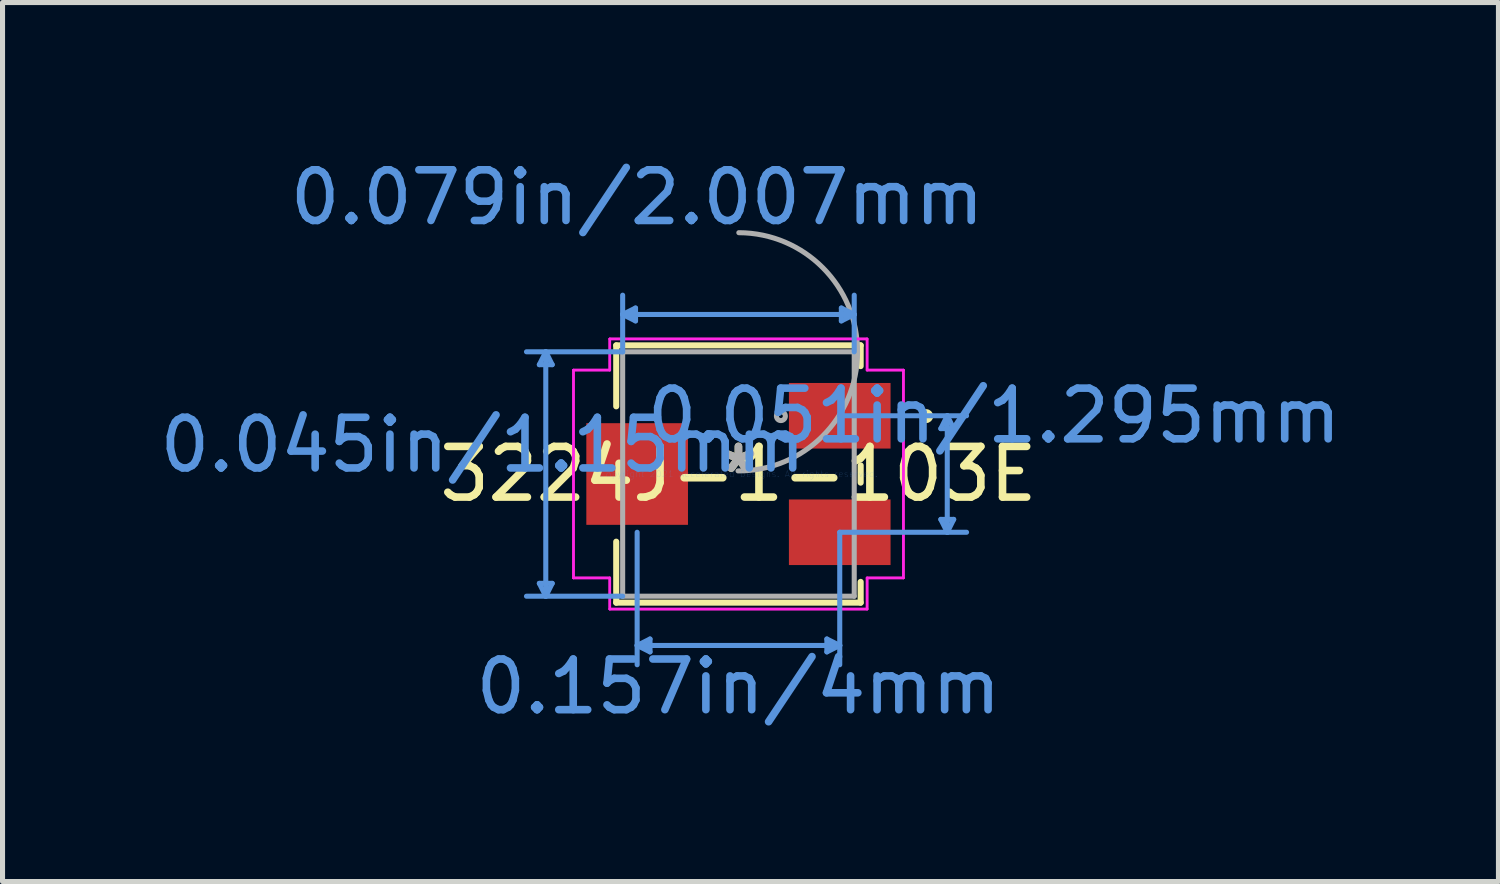
<source format=kicad_pcb>
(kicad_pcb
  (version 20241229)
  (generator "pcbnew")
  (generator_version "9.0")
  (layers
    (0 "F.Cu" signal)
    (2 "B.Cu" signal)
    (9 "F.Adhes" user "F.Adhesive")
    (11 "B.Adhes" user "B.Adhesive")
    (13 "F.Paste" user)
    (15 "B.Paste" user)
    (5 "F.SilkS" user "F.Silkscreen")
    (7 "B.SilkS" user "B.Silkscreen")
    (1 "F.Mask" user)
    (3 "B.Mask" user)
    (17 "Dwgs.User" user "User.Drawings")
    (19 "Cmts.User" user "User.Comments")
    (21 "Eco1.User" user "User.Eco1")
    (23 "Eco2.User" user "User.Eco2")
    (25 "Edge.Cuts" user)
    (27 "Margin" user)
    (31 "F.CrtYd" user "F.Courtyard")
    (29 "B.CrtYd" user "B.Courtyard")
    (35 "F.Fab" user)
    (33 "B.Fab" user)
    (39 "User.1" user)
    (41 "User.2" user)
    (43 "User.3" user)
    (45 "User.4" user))
  (footprint "3224J-1-103E"
    (layer "F.Cu")
    (at 11.53 6.309)
    (property "Reference" "3224J-1-103E" (at 0 0 0) (layer "F.SilkS") (effects (font (size 1 1) (thickness 0.15))))
    (attr through_hole)
    (fp_line (start -2.413 -2.54) (end -2.413 -1.336) (stroke (width 0.12) (type solid)) (layer "F.SilkS"))
    (fp_line (start -2.413 1.336) (end -2.413 2.54) (stroke (width 0.12) (type solid)) (layer "F.SilkS"))
    (fp_line (start -2.413 2.54) (end 2.413 2.54) (stroke (width 0.12) (type solid)) (layer "F.SilkS"))
    (fp_line (start 2.413 -2.54) (end -2.413 -2.54) (stroke (width 0.12) (type solid)) (layer "F.SilkS"))
    (fp_line (start 2.413 -2.13) (end 2.413 -2.54) (stroke (width 0.12) (type solid)) (layer "F.SilkS"))
    (fp_line (start 2.413 0.17) (end 2.413 -0.17) (stroke (width 0.12) (type solid)) (layer "F.SilkS"))
    (fp_line (start 2.413 2.54) (end 2.413 2.13) (stroke (width 0.12) (type solid)) (layer "F.SilkS"))
    (fp_circle (center 3.708 -1.143) (end 3.785 -1.143) (stroke (width 0.12) (type solid)) (fill no) (layer "F.SilkS"))
    (fp_line (start -3.931 2.159) (end -3.804 2.413) (stroke (width 0.1) (type solid)) (layer "Cmts.User"))
    (fp_line (start -3.931 -2.159) (end -3.804 -2.413) (stroke (width 0.1) (type solid)) (layer "Cmts.User"))
    (fp_line (start -3.931 -2.159) (end -3.677 -2.159) (stroke (width 0.1) (type solid)) (layer "Cmts.User"))
    (fp_line (start -3.804 -2.413) (end -3.804 2.413) (stroke (width 0.1) (type solid)) (layer "Cmts.User"))
    (fp_line (start -3.677 2.159) (end -3.931 2.159) (stroke (width 0.1) (type solid)) (layer "Cmts.User"))
    (fp_line (start -3.677 2.159) (end -3.804 2.413) (stroke (width 0.1) (type solid)) (layer "Cmts.User"))
    (fp_line (start -3.677 -2.159) (end -3.804 -2.413) (stroke (width 0.1) (type solid)) (layer "Cmts.User"))
    (fp_line (start -2.286 -3.15) (end 2.286 -3.15) (stroke (width 0.1) (type solid)) (layer "Cmts.User"))
    (fp_line (start -2.286 -2.413) (end -4.185 -2.413) (stroke (width 0.1) (type solid)) (layer "Cmts.User"))
    (fp_line (start -2.286 -2.413) (end -2.286 -3.531) (stroke (width 0.1) (type solid)) (layer "Cmts.User"))
    (fp_line (start -2.286 2.413) (end -4.185 2.413) (stroke (width 0.1) (type solid)) (layer "Cmts.User"))
    (fp_line (start -2.032 -3.277) (end -2.286 -3.15) (stroke (width 0.1) (type solid)) (layer "Cmts.User"))
    (fp_line (start -2.032 -3.023) (end -2.286 -3.15) (stroke (width 0.1) (type solid)) (layer "Cmts.User"))
    (fp_line (start -2.032 -3.023) (end -2.032 -3.277) (stroke (width 0.1) (type solid)) (layer "Cmts.User"))
    (fp_line (start -2 3.385) (end 2 3.385) (stroke (width 0.1) (type solid)) (layer "Cmts.User"))
    (fp_line (start -2 1.15) (end -2 3.766) (stroke (width 0.1) (type solid)) (layer "Cmts.User"))
    (fp_line (start -1.746 3.512) (end -2 3.385) (stroke (width 0.1) (type solid)) (layer "Cmts.User"))
    (fp_line (start -1.746 3.512) (end -1.746 3.258) (stroke (width 0.1) (type solid)) (layer "Cmts.User"))
    (fp_line (start -1.746 3.258) (end -2 3.385) (stroke (width 0.1) (type solid)) (layer "Cmts.User"))
    (fp_line (start 1.746 3.258) (end 1.746 3.512) (stroke (width 0.1) (type solid)) (layer "Cmts.User"))
    (fp_line (start 1.746 3.258) (end 2 3.385) (stroke (width 0.1) (type solid)) (layer "Cmts.User"))
    (fp_line (start 1.746 3.512) (end 2 3.385) (stroke (width 0.1) (type solid)) (layer "Cmts.User"))
    (fp_line (start 2 -1.15) (end 4.504 -1.15) (stroke (width 0.1) (type solid)) (layer "Cmts.User"))
    (fp_line (start 2 1.15) (end 2 3.766) (stroke (width 0.1) (type solid)) (layer "Cmts.User"))
    (fp_line (start 2 1.15) (end 4.504 1.15) (stroke (width 0.1) (type solid)) (layer "Cmts.User"))
    (fp_line (start 2.032 -3.023) (end 2.286 -3.15) (stroke (width 0.1) (type solid)) (layer "Cmts.User"))
    (fp_line (start 2.032 -3.277) (end 2.032 -3.023) (stroke (width 0.1) (type solid)) (layer "Cmts.User"))
    (fp_line (start 2.032 -3.277) (end 2.286 -3.15) (stroke (width 0.1) (type solid)) (layer "Cmts.User"))
    (fp_line (start 2.286 -2.413) (end 2.286 -3.531) (stroke (width 0.1) (type solid)) (layer "Cmts.User"))
    (fp_line (start 3.996 0.896) (end 4.123 1.15) (stroke (width 0.1) (type solid)) (layer "Cmts.User"))
    (fp_line (start 3.996 -0.896) (end 4.123 -1.15) (stroke (width 0.1) (type solid)) (layer "Cmts.User"))
    (fp_line (start 3.996 -0.896) (end 4.25 -0.896) (stroke (width 0.1) (type solid)) (layer "Cmts.User"))
    (fp_line (start 4.123 -1.15) (end 4.123 1.15) (stroke (width 0.1) (type solid)) (layer "Cmts.User"))
    (fp_line (start 4.25 0.896) (end 3.996 0.896) (stroke (width 0.1) (type solid)) (layer "Cmts.User"))
    (fp_line (start 4.25 0.896) (end 4.123 1.15) (stroke (width 0.1) (type solid)) (layer "Cmts.User"))
    (fp_line (start 4.25 -0.896) (end 4.123 -1.15) (stroke (width 0.1) (type solid)) (layer "Cmts.User"))
    (fp_line (start -3.257 -2.052) (end -2.54 -2.052) (stroke (width 0.05) (type solid)) (layer "F.CrtYd"))
    (fp_line (start -3.257 -2.052) (end -2.54 -2.052) (stroke (width 0.05) (type solid)) (layer "F.CrtYd"))
    (fp_line (start -3.257 2.052) (end -3.257 -2.052) (stroke (width 0.05) (type solid)) (layer "F.CrtYd"))
    (fp_line (start -3.257 2.052) (end -3.257 -2.052) (stroke (width 0.05) (type solid)) (layer "F.CrtYd"))
    (fp_line (start -3.257 2.052) (end -2.54 2.052) (stroke (width 0.05) (type solid)) (layer "F.CrtYd"))
    (fp_line (start -2.54 -2.667) (end 2.54 -2.667) (stroke (width 0.05) (type solid)) (layer "F.CrtYd"))
    (fp_line (start -2.54 -2.667) (end 2.54 -2.667) (stroke (width 0.05) (type solid)) (layer "F.CrtYd"))
    (fp_line (start -2.54 -2.052) (end -2.54 -2.667) (stroke (width 0.05) (type solid)) (layer "F.CrtYd"))
    (fp_line (start -2.54 -2.052) (end -2.54 -2.667) (stroke (width 0.05) (type solid)) (layer "F.CrtYd"))
    (fp_line (start -2.54 2.052) (end -3.257 2.052) (stroke (width 0.05) (type solid)) (layer "F.CrtYd"))
    (fp_line (start -2.54 2.667) (end -2.54 2.052) (stroke (width 0.05) (type solid)) (layer "F.CrtYd"))
    (fp_line (start -2.54 2.667) (end -2.54 2.052) (stroke (width 0.05) (type solid)) (layer "F.CrtYd"))
    (fp_line (start 2.54 -2.667) (end 2.54 -2.052) (stroke (width 0.05) (type solid)) (layer "F.CrtYd"))
    (fp_line (start 2.54 -2.667) (end 2.54 -2.052) (stroke (width 0.05) (type solid)) (layer "F.CrtYd"))
    (fp_line (start 2.54 -2.052) (end 3.257 -2.052) (stroke (width 0.05) (type solid)) (layer "F.CrtYd"))
    (fp_line (start 2.54 2.052) (end 2.54 2.667) (stroke (width 0.05) (type solid)) (layer "F.CrtYd"))
    (fp_line (start 2.54 2.052) (end 2.54 2.667) (stroke (width 0.05) (type solid)) (layer "F.CrtYd"))
    (fp_line (start 2.54 2.667) (end -2.54 2.667) (stroke (width 0.05) (type solid)) (layer "F.CrtYd"))
    (fp_line (start 2.54 2.667) (end -2.54 2.667) (stroke (width 0.05) (type solid)) (layer "F.CrtYd"))
    (fp_line (start 3.257 -2.052) (end 2.54 -2.052) (stroke (width 0.05) (type solid)) (layer "F.CrtYd"))
    (fp_line (start 3.257 -2.052) (end 3.257 2.052) (stroke (width 0.05) (type solid)) (layer "F.CrtYd"))
    (fp_line (start 3.257 -2.052) (end 3.257 2.052) (stroke (width 0.05) (type solid)) (layer "F.CrtYd"))
    (fp_line (start 3.257 2.052) (end 2.54 2.052) (stroke (width 0.05) (type solid)) (layer "F.CrtYd"))
    (fp_line (start 3.257 2.052) (end 2.54 2.052) (stroke (width 0.05) (type solid)) (layer "F.CrtYd"))
    (fp_line (start -2.286 -2.413) (end -2.286 2.413) (stroke (width 0.1) (type solid)) (layer "F.Fab"))
    (fp_line (start -2.286 2.413) (end 2.286 2.413) (stroke (width 0.1) (type solid)) (layer "F.Fab"))
    (fp_line (start 2.286 -2.413) (end -2.286 -2.413) (stroke (width 0.1) (type solid)) (layer "F.Fab"))
    (fp_line (start 2.286 2.413) (end 2.286 -2.413) (stroke (width 0.1) (type solid)) (layer "F.Fab"))
    (fp_arc (start 0.007742 -4.76471) (mid 2.35171 -2.405258) (end -0.007742 -0.06129) (stroke (width 0.1) (type solid)) (layer "F.Fab"))
    (fp_circle (center 0.838 -1.143) (end 0.876 -1.143) (stroke (width 0.1) (type solid)) (fill no) (layer "F.Fab"))
    (fp_text user "*" (at 0 0 0) (layer "F.SilkS") (effects (font (size 1 1) (thickness 0.15))))
    (fp_text user "0.079in/2.007mm" (at -2 -5.461 0) (layer "Cmts.User") (effects (font (size 1 1) (thickness 0.15))))
    (fp_text user "0.045in/1.15mm" (at -5.048 -0.575 0) (layer "Cmts.User") (effects (font (size 1 1) (thickness 0.15))))
    (fp_text user "0.051in/1.295mm" (at 5.048 -1.15 0) (layer "Cmts.User") (effects (font (size 1 1) (thickness 0.15))))
    (fp_text user "0.157in/4mm" (at 0 4.198 0) (layer "Cmts.User") (effects (font (size 1 1) (thickness 0.15))))
    (fp_text user "Copyright 2021 Accelerated Designs. All rights reserved." (at 0 0 0) (layer "Cmts.User") (effects (font (size 0.127 0.127) (thickness 0.002))))
    (fp_text user "*" (at 0 0 0) (layer "F.Fab") (effects (font (size 1 1) (thickness 0.15))))
    (pad "1" smd rect (at 2 -1.15) (size 2.007 1.295) (layers "F.Cu" "F.Mask" "F.Paste"))
    (pad "2" smd rect (at -2 0) (size 2.007 2.007) (layers "F.Cu" "F.Mask" "F.Paste"))
    (pad "3" smd rect (at 2 1.15) (size 2.007 1.295) (layers "F.Cu" "F.Mask" "F.Paste")))
  (gr_rect
    (start -3 -3)
    (end 26.536 14.355)
    (stroke (width 0.1) (type default))
    (fill no)
    (layer "Edge.Cuts")))
</source>
